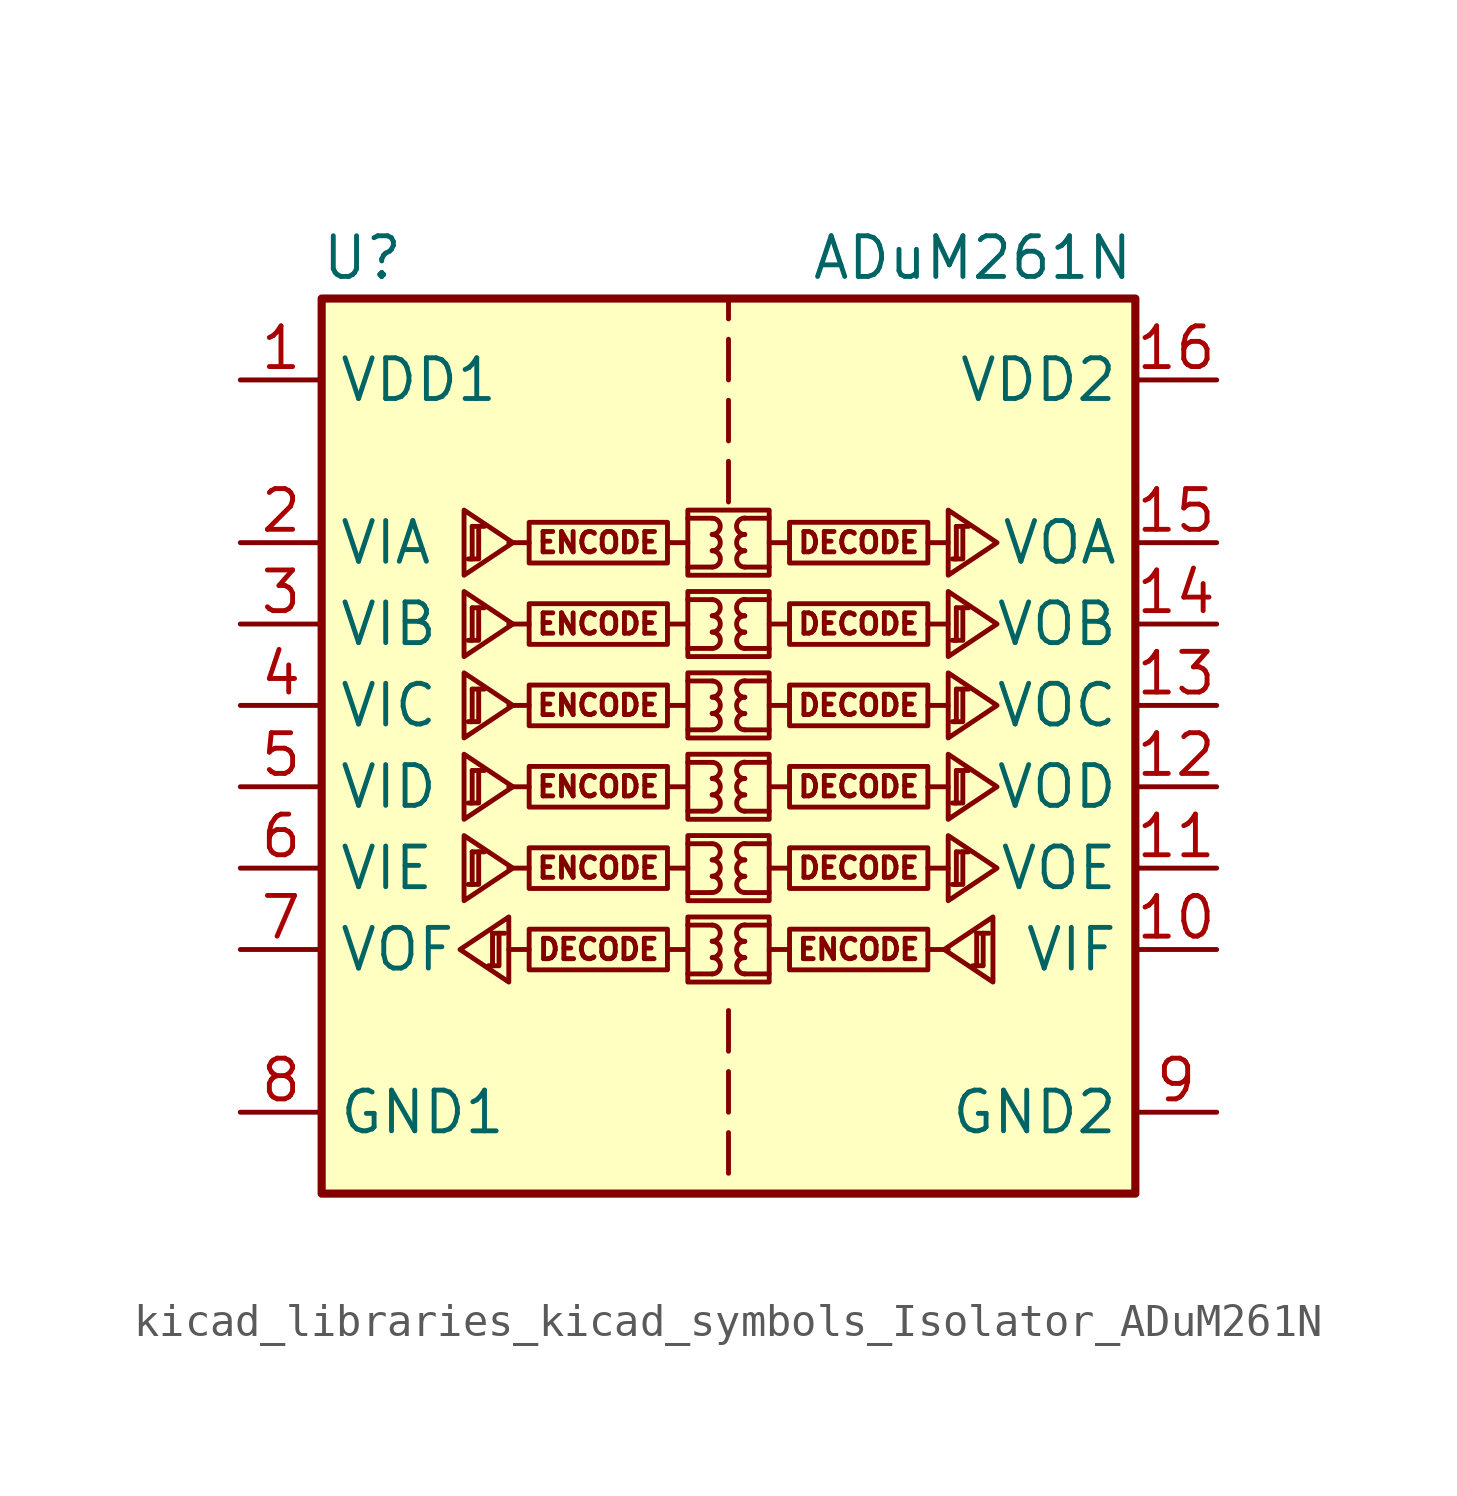
<source format=kicad_sym>
(kicad_symbol_lib
  (version 20220914)
  (generator kicad_symbol_editor)
  (symbol "kicad_libraries_kicad_symbols_Isolator_ADuM261N"
    (property "Reference" "U"
      (at -11.43 16.51 0)
      (effects (font (size 1.27 1.27))))
    (property "Value" "ADuM261N"
      (at 7.62 16.51 0)
      (effects (font (size 1.27 1.27))))
    (symbol "kicad_libraries_kicad_symbols_Isolator_ADuM261N_1_0"
      (rectangle (start -1.27 -4.064) (end 1.27 -6.096) (stroke (width 0) (type default)) (fill (type none)))
      (rectangle (start -1.27 -1.524) (end 1.27 -3.556) (stroke (width 0) (type default)) (fill (type none)))
      (rectangle (start -1.27 1.016) (end 1.27 -1.016) (stroke (width 0) (type default)) (fill (type none)))
      (rectangle (start -1.27 3.556) (end 1.27 1.524) (stroke (width 0) (type default)) (fill (type none)))
      (rectangle (start -1.27 6.096) (end 1.27 4.064) (stroke (width 0) (type default)) (fill (type none)))
      (rectangle (start -1.27 8.636) (end 1.27 6.604) (stroke (width 0) (type default)) (fill (type none)))
      (arc (start -0.508 -5.842) (mid -0.2551 -5.588) (end -0.508 -5.334) (stroke (width 0) (type default)) (fill (type none)))
      (arc (start -0.508 -5.334) (mid -0.2551 -5.08) (end -0.508 -4.826) (stroke (width 0) (type default)) (fill (type none)))
      (arc (start -0.508 -4.826) (mid -0.2551 -4.572) (end -0.508 -4.318) (stroke (width 0) (type default)) (fill (type none)))
      (arc (start -0.508 -3.302) (mid -0.2551 -3.048) (end -0.508 -2.794) (stroke (width 0) (type default)) (fill (type none)))
      (arc (start -0.508 -2.794) (mid -0.2551 -2.54) (end -0.508 -2.286) (stroke (width 0) (type default)) (fill (type none)))
      (arc (start -0.508 -2.286) (mid -0.2551 -2.032) (end -0.508 -1.778) (stroke (width 0) (type default)) (fill (type none)))
      (arc (start -0.508 -0.762) (mid -0.2551 -0.508) (end -0.508 -0.254) (stroke (width 0) (type default)) (fill (type none)))
      (arc (start -0.508 -0.254) (mid -0.2551 0) (end -0.508 0.254) (stroke (width 0) (type default)) (fill (type none)))
      (arc (start -0.508 0.254) (mid -0.2551 0.508) (end -0.508 0.762) (stroke (width 0) (type default)) (fill (type none)))
      (arc (start -0.508 1.778) (mid -0.2551 2.032) (end -0.508 2.286) (stroke (width 0) (type default)) (fill (type none)))
      (arc (start -0.508 2.286) (mid -0.2551 2.54) (end -0.508 2.794) (stroke (width 0) (type default)) (fill (type none)))
      (arc (start -0.508 2.794) (mid -0.2551 3.048) (end -0.508 3.302) (stroke (width 0) (type default)) (fill (type none)))
      (arc (start -0.508 4.318) (mid -0.2551 4.572) (end -0.508 4.826) (stroke (width 0) (type default)) (fill (type none)))
      (arc (start -0.508 4.826) (mid -0.2551 5.08) (end -0.508 5.334) (stroke (width 0) (type default)) (fill (type none)))
      (arc (start -0.508 5.334) (mid -0.2551 5.588) (end -0.508 5.842) (stroke (width 0) (type default)) (fill (type none)))
      (arc (start -0.508 6.858) (mid -0.2551 7.112) (end -0.508 7.366) (stroke (width 0) (type default)) (fill (type none)))
      (arc (start -0.508 7.366) (mid -0.2551 7.62) (end -0.508 7.874) (stroke (width 0) (type default)) (fill (type none)))
      (arc (start -0.508 7.874) (mid -0.2551 8.128) (end -0.508 8.382) (stroke (width 0) (type default)) (fill (type none)))
      (polyline (pts (xy -6.223 -5.08) (xy -6.858 -5.08)) (stroke (width 0) (type default)) (fill (type none)))
      (polyline (pts (xy -6.223 -2.54) (xy -6.858 -2.54)) (stroke (width 0) (type default)) (fill (type none)))
      (polyline (pts (xy -6.223 0) (xy -6.858 0)) (stroke (width 0) (type default)) (fill (type none)))
      (polyline (pts (xy -6.223 2.54) (xy -6.858 2.54)) (stroke (width 0) (type default)) (fill (type none)))
      (polyline (pts (xy -6.223 5.08) (xy -6.858 5.08)) (stroke (width 0) (type default)) (fill (type none)))
      (polyline (pts (xy -6.223 7.62) (xy -6.858 7.62)) (stroke (width 0) (type default)) (fill (type none)))
      (polyline (pts (xy -1.905 -5.08) (xy -1.27 -5.08)) (stroke (width 0) (type default)) (fill (type none)))
      (polyline (pts (xy -1.905 -2.54) (xy -1.27 -2.54)) (stroke (width 0) (type default)) (fill (type none)))
      (polyline (pts (xy -1.905 0) (xy -1.27 0)) (stroke (width 0) (type default)) (fill (type none)))
      (polyline (pts (xy -1.905 2.54) (xy -1.27 2.54)) (stroke (width 0) (type default)) (fill (type none)))
      (polyline (pts (xy -1.905 5.08) (xy -1.27 5.08)) (stroke (width 0) (type default)) (fill (type none)))
      (polyline (pts (xy -1.905 7.62) (xy -1.27 7.62)) (stroke (width 0) (type default)) (fill (type none)))
      (polyline (pts (xy -1.27 -5.842) (xy -0.508 -5.842)) (stroke (width 0) (type default)) (fill (type none)))
      (polyline (pts (xy -1.27 -4.318) (xy -0.508 -4.318)) (stroke (width 0) (type default)) (fill (type none)))
      (polyline (pts (xy -1.27 -3.302) (xy -0.508 -3.302)) (stroke (width 0) (type default)) (fill (type none)))
      (polyline (pts (xy -1.27 -1.778) (xy -0.508 -1.778)) (stroke (width 0) (type default)) (fill (type none)))
      (polyline (pts (xy -1.27 -0.762) (xy -0.508 -0.762)) (stroke (width 0) (type default)) (fill (type none)))
      (polyline (pts (xy -1.27 0.762) (xy -0.508 0.762)) (stroke (width 0) (type default)) (fill (type none)))
      (polyline (pts (xy -1.27 1.778) (xy -0.508 1.778)) (stroke (width 0) (type default)) (fill (type none)))
      (polyline (pts (xy -1.27 3.302) (xy -0.508 3.302)) (stroke (width 0) (type default)) (fill (type none)))
      (polyline (pts (xy -1.27 4.318) (xy -0.508 4.318)) (stroke (width 0) (type default)) (fill (type none)))
      (polyline (pts (xy -1.27 5.842) (xy -0.508 5.842)) (stroke (width 0) (type default)) (fill (type none)))
      (polyline (pts (xy -1.27 6.858) (xy -0.508 6.858)) (stroke (width 0) (type default)) (fill (type none)))
      (polyline (pts (xy -1.27 8.382) (xy -0.508 8.382)) (stroke (width 0) (type default)) (fill (type none)))
      (polyline (pts (xy 0 -10.795) (xy 0 -12.065)) (stroke (width 0) (type default)) (fill (type none)))
      (polyline (pts (xy 0 -8.89) (xy 0 -10.16)) (stroke (width 0) (type default)) (fill (type none)))
      (polyline (pts (xy 0 -6.985) (xy 0 -8.255)) (stroke (width 0) (type default)) (fill (type none)))
      (polyline (pts (xy 0 8.89) (xy 0 10.16)) (stroke (width 0) (type default)) (fill (type none)))
      (polyline (pts (xy 0 12.065) (xy 0 10.795)) (stroke (width 0) (type default)) (fill (type none)))
      (polyline (pts (xy 0 13.97) (xy 0 12.7)) (stroke (width 0) (type default)) (fill (type none)))
      (polyline (pts (xy 0 14.605) (xy 0 15.24)) (stroke (width 0) (type default)) (fill (type none)))
      (polyline (pts (xy 1.27 -5.842) (xy 0.508 -5.842)) (stroke (width 0) (type default)) (fill (type none)))
      (polyline (pts (xy 1.27 -4.318) (xy 0.508 -4.318)) (stroke (width 0) (type default)) (fill (type none)))
      (polyline (pts (xy 1.27 -3.302) (xy 0.508 -3.302)) (stroke (width 0) (type default)) (fill (type none)))
      (polyline (pts (xy 1.27 -1.778) (xy 0.508 -1.778)) (stroke (width 0) (type default)) (fill (type none)))
      (polyline (pts (xy 1.27 -0.762) (xy 0.508 -0.762)) (stroke (width 0) (type default)) (fill (type none)))
      (polyline (pts (xy 1.27 0.762) (xy 0.508 0.762)) (stroke (width 0) (type default)) (fill (type none)))
      (polyline (pts (xy 1.27 1.778) (xy 0.508 1.778)) (stroke (width 0) (type default)) (fill (type none)))
      (polyline (pts (xy 1.27 3.302) (xy 0.508 3.302)) (stroke (width 0) (type default)) (fill (type none)))
      (polyline (pts (xy 1.27 4.318) (xy 0.508 4.318)) (stroke (width 0) (type default)) (fill (type none)))
      (polyline (pts (xy 1.27 5.842) (xy 0.508 5.842)) (stroke (width 0) (type default)) (fill (type none)))
      (polyline (pts (xy 1.27 6.858) (xy 0.508 6.858)) (stroke (width 0) (type default)) (fill (type none)))
      (polyline (pts (xy 1.27 8.382) (xy 0.508 8.382)) (stroke (width 0) (type default)) (fill (type none)))
      (polyline (pts (xy 1.905 -5.08) (xy 1.27 -5.08)) (stroke (width 0) (type default)) (fill (type none)))
      (polyline (pts (xy 1.905 -2.54) (xy 1.27 -2.54)) (stroke (width 0) (type default)) (fill (type none)))
      (polyline (pts (xy 1.905 0) (xy 1.27 0)) (stroke (width 0) (type default)) (fill (type none)))
      (polyline (pts (xy 1.905 2.54) (xy 1.27 2.54)) (stroke (width 0) (type default)) (fill (type none)))
      (polyline (pts (xy 1.905 5.08) (xy 1.27 5.08)) (stroke (width 0) (type default)) (fill (type none)))
      (polyline (pts (xy 1.905 7.62) (xy 1.27 7.62)) (stroke (width 0) (type default)) (fill (type none)))
      (polyline (pts (xy 6.223 -5.08) (xy 6.858 -5.08)) (stroke (width 0) (type default)) (fill (type none)))
      (polyline (pts (xy 6.223 -2.54) (xy 6.858 -2.54)) (stroke (width 0) (type default)) (fill (type none)))
      (polyline (pts (xy 6.223 0) (xy 6.858 0)) (stroke (width 0) (type default)) (fill (type none)))
      (polyline (pts (xy 6.223 2.54) (xy 6.858 2.54)) (stroke (width 0) (type default)) (fill (type none)))
      (polyline (pts (xy 6.223 5.08) (xy 6.858 5.08)) (stroke (width 0) (type default)) (fill (type none)))
      (polyline (pts (xy 6.223 7.62) (xy 6.858 7.62)) (stroke (width 0) (type default)) (fill (type none)))
      (arc (start 0.508 -5.334) (mid 0.2551 -5.588) (end 0.508 -5.842) (stroke (width 0) (type default)) (fill (type none)))
      (arc (start 0.508 -4.826) (mid 0.2551 -5.08) (end 0.508 -5.334) (stroke (width 0) (type default)) (fill (type none)))
      (arc (start 0.508 -4.318) (mid 0.2551 -4.572) (end 0.508 -4.826) (stroke (width 0) (type default)) (fill (type none)))
      (arc (start 0.508 -2.794) (mid 0.2551 -3.048) (end 0.508 -3.302) (stroke (width 0) (type default)) (fill (type none)))
      (arc (start 0.508 -2.286) (mid 0.2551 -2.54) (end 0.508 -2.794) (stroke (width 0) (type default)) (fill (type none)))
      (arc (start 0.508 -1.778) (mid 0.2551 -2.032) (end 0.508 -2.286) (stroke (width 0) (type default)) (fill (type none)))
      (arc (start 0.508 -0.254) (mid 0.2551 -0.508) (end 0.508 -0.762) (stroke (width 0) (type default)) (fill (type none)))
      (arc (start 0.508 0.254) (mid 0.2551 0) (end 0.508 -0.254) (stroke (width 0) (type default)) (fill (type none)))
      (arc (start 0.508 0.762) (mid 0.2551 0.508) (end 0.508 0.254) (stroke (width 0) (type default)) (fill (type none)))
      (arc (start 0.508 2.286) (mid 0.2551 2.032) (end 0.508 1.778) (stroke (width 0) (type default)) (fill (type none)))
      (arc (start 0.508 2.794) (mid 0.2551 2.54) (end 0.508 2.286) (stroke (width 0) (type default)) (fill (type none)))
      (arc (start 0.508 3.302) (mid 0.2551 3.048) (end 0.508 2.794) (stroke (width 0) (type default)) (fill (type none)))
      (arc (start 0.508 4.826) (mid 0.2551 4.572) (end 0.508 4.318) (stroke (width 0) (type default)) (fill (type none)))
      (arc (start 0.508 5.334) (mid 0.2551 5.08) (end 0.508 4.826) (stroke (width 0) (type default)) (fill (type none)))
      (arc (start 0.508 5.842) (mid 0.2551 5.588) (end 0.508 5.334) (stroke (width 0) (type default)) (fill (type none)))
      (arc (start 0.508 7.366) (mid 0.2551 7.112) (end 0.508 6.858) (stroke (width 0) (type default)) (fill (type none)))
      (arc (start 0.508 7.874) (mid 0.2551 7.62) (end 0.508 7.366) (stroke (width 0) (type default)) (fill (type none)))
      (arc (start 0.508 8.382) (mid 0.2551 8.128) (end 0.508 7.874) (stroke (width 0) (type default)) (fill (type none)))
      (rectangle (start 1.905 -4.445) (end 6.223 -5.715) (stroke (width 0) (type default)) (fill (type none)))
      (rectangle (start 1.905 -1.905) (end 6.223 -3.175) (stroke (width 0) (type default)) (fill (type none)))
      (rectangle (start 1.905 0.635) (end 6.223 -0.635) (stroke (width 0) (type default)) (fill (type none)))
      (rectangle (start 1.905 3.175) (end 6.223 1.905) (stroke (width 0) (type default)) (fill (type none)))
      (rectangle (start 1.905 5.715) (end 6.223 4.445) (stroke (width 0) (type default)) (fill (type none)))
      (rectangle (start 1.905 8.255) (end 6.223 6.985) (stroke (width 0) (type default)) (fill (type none)))
      (text "DECODE" (at -4.064 -5.08 0) (effects (font (size 0.635 0.635))))
      (text "DECODE" (at 4.064 -2.54 0) (effects (font (size 0.635 0.635))))
      (text "DECODE" (at 4.064 0 0) (effects (font (size 0.635 0.635))))
      (text "DECODE" (at 4.064 2.54 0) (effects (font (size 0.635 0.635))))
      (text "DECODE" (at 4.064 5.08 0) (effects (font (size 0.635 0.635))))
      (text "DECODE" (at 4.064 7.62 0) (effects (font (size 0.635 0.635))))
      (text "ENCODE" (at -4.064 -2.54 0) (effects (font (size 0.635 0.635))))
      (text "ENCODE" (at -4.064 0 0) (effects (font (size 0.635 0.635))))
      (text "ENCODE" (at -4.064 2.54 0) (effects (font (size 0.635 0.635))))
      (text "ENCODE" (at -4.064 5.08 0) (effects (font (size 0.635 0.635))))
      (text "ENCODE" (at -4.064 7.62 0) (effects (font (size 0.635 0.635))))
      (text "ENCODE" (at 4.064 -5.08 0) (effects (font (size 0.635 0.635)))))
    (symbol "kicad_libraries_kicad_symbols_Isolator_ADuM261N_1_1"
      (rectangle (start -12.7 15.24) (end 12.7 -12.7) (stroke (width 0.254) (type default)) (fill (type background)))
      (rectangle (start -1.905 -4.445) (end -6.223 -5.715) (stroke (width 0) (type default)) (fill (type none)))
      (rectangle (start -1.905 -1.905) (end -6.223 -3.175) (stroke (width 0) (type default)) (fill (type none)))
      (rectangle (start -1.905 0.635) (end -6.223 -0.635) (stroke (width 0) (type default)) (fill (type none)))
      (rectangle (start -1.905 3.175) (end -6.223 1.905) (stroke (width 0) (type default)) (fill (type none)))
      (rectangle (start -1.905 5.715) (end -6.223 4.445) (stroke (width 0) (type default)) (fill (type none)))
      (rectangle (start -1.905 8.255) (end -6.223 6.985) (stroke (width 0) (type default)) (fill (type none)))
      (polyline (pts (xy -8.001 -2.032) (xy -7.62 -2.032)) (stroke (width 0) (type default)) (fill (type none)))
      (polyline (pts (xy -8.001 0.508) (xy -7.62 0.508)) (stroke (width 0) (type default)) (fill (type none)))
      (polyline (pts (xy -8.001 3.048) (xy -7.62 3.048)) (stroke (width 0) (type default)) (fill (type none)))
      (polyline (pts (xy -8.001 5.588) (xy -7.62 5.588)) (stroke (width 0) (type default)) (fill (type none)))
      (polyline (pts (xy -8.001 8.128) (xy -7.62 8.128)) (stroke (width 0) (type default)) (fill (type none)))
      (polyline (pts (xy -7.366 -4.572) (xy -6.985 -4.572)) (stroke (width 0) (type default)) (fill (type none)))
      (polyline (pts (xy 7.112 -2.032) (xy 7.493 -2.032)) (stroke (width 0) (type default)) (fill (type none)))
      (polyline (pts (xy 7.112 0.508) (xy 7.493 0.508)) (stroke (width 0) (type default)) (fill (type none)))
      (polyline (pts (xy 7.112 3.048) (xy 7.493 3.048)) (stroke (width 0) (type default)) (fill (type none)))
      (polyline (pts (xy 7.112 5.588) (xy 7.493 5.588)) (stroke (width 0) (type default)) (fill (type none)))
      (polyline (pts (xy 7.112 8.128) (xy 7.493 8.128)) (stroke (width 0) (type default)) (fill (type none)))
      (polyline (pts (xy 7.747 -4.572) (xy 8.128 -4.572)) (stroke (width 0) (type default)) (fill (type none)))
      (polyline (pts (xy -8.052 -3.048) (xy -7.798 -3.048) (xy -7.798 -2.032)) (stroke (width 0) (type default)) (fill (type none)))
      (polyline (pts (xy -8.052 -0.508) (xy -7.798 -0.508) (xy -7.798 0.508)) (stroke (width 0) (type default)) (fill (type none)))
      (polyline (pts (xy -8.052 2.032) (xy -7.798 2.032) (xy -7.798 3.048)) (stroke (width 0) (type default)) (fill (type none)))
      (polyline (pts (xy -8.052 4.572) (xy -7.798 4.572) (xy -7.798 5.588)) (stroke (width 0) (type default)) (fill (type none)))
      (polyline (pts (xy -8.052 7.112) (xy -7.798 7.112) (xy -7.798 8.128)) (stroke (width 0) (type default)) (fill (type none)))
      (polyline (pts (xy -8.001 -2.032) (xy -8.001 -3.048) (xy -8.128 -3.048)) (stroke (width 0) (type default)) (fill (type none)))
      (polyline (pts (xy -8.001 0.508) (xy -8.001 -0.508) (xy -8.128 -0.508)) (stroke (width 0) (type default)) (fill (type none)))
      (polyline (pts (xy -8.001 3.048) (xy -8.001 2.032) (xy -8.128 2.032)) (stroke (width 0) (type default)) (fill (type none)))
      (polyline (pts (xy -8.001 5.588) (xy -8.001 4.572) (xy -8.128 4.572)) (stroke (width 0) (type default)) (fill (type none)))
      (polyline (pts (xy -8.001 8.128) (xy -8.001 7.112) (xy -8.128 7.112)) (stroke (width 0) (type default)) (fill (type none)))
      (polyline (pts (xy -7.417 -5.588) (xy -7.163 -5.588) (xy -7.163 -4.572)) (stroke (width 0) (type default)) (fill (type none)))
      (polyline (pts (xy -7.366 -4.572) (xy -7.366 -5.588) (xy -7.493 -5.588)) (stroke (width 0) (type default)) (fill (type none)))
      (polyline (pts (xy 7.061 -3.048) (xy 7.315 -3.048) (xy 7.315 -2.032)) (stroke (width 0) (type default)) (fill (type none)))
      (polyline (pts (xy 7.061 -0.508) (xy 7.315 -0.508) (xy 7.315 0.508)) (stroke (width 0) (type default)) (fill (type none)))
      (polyline (pts (xy 7.061 2.032) (xy 7.315 2.032) (xy 7.315 3.048)) (stroke (width 0) (type default)) (fill (type none)))
      (polyline (pts (xy 7.061 4.572) (xy 7.315 4.572) (xy 7.315 5.588)) (stroke (width 0) (type default)) (fill (type none)))
      (polyline (pts (xy 7.061 7.112) (xy 7.315 7.112) (xy 7.315 8.128)) (stroke (width 0) (type default)) (fill (type none)))
      (polyline (pts (xy 7.112 -2.032) (xy 7.112 -3.048) (xy 6.985 -3.048)) (stroke (width 0) (type default)) (fill (type none)))
      (polyline (pts (xy 7.112 0.508) (xy 7.112 -0.508) (xy 6.985 -0.508)) (stroke (width 0) (type default)) (fill (type none)))
      (polyline (pts (xy 7.112 3.048) (xy 7.112 2.032) (xy 6.985 2.032)) (stroke (width 0) (type default)) (fill (type none)))
      (polyline (pts (xy 7.112 5.588) (xy 7.112 4.572) (xy 6.985 4.572)) (stroke (width 0) (type default)) (fill (type none)))
      (polyline (pts (xy 7.112 8.128) (xy 7.112 7.112) (xy 6.985 7.112)) (stroke (width 0) (type default)) (fill (type none)))
      (polyline (pts (xy 7.696 -5.588) (xy 7.95 -5.588) (xy 7.95 -4.572)) (stroke (width 0) (type default)) (fill (type none)))
      (polyline (pts (xy 7.747 -4.572) (xy 7.747 -5.588) (xy 7.62 -5.588)) (stroke (width 0) (type default)) (fill (type none)))
      (polyline (pts (xy -8.382 -5.08) (xy -6.858 -4.064) (xy -6.858 -6.096) (xy -8.382 -5.08)) (stroke (width 0) (type default)) (fill (type none)))
      (polyline (pts (xy -6.731 -2.54) (xy -8.255 -1.524) (xy -8.255 -3.556) (xy -6.731 -2.54)) (stroke (width 0) (type default)) (fill (type none)))
      (polyline (pts (xy -6.731 0) (xy -8.255 1.016) (xy -8.255 -1.016) (xy -6.731 0)) (stroke (width 0) (type default)) (fill (type none)))
      (polyline (pts (xy -6.731 2.54) (xy -8.255 3.556) (xy -8.255 1.524) (xy -6.731 2.54)) (stroke (width 0) (type default)) (fill (type none)))
      (polyline (pts (xy -6.731 5.08) (xy -8.255 6.096) (xy -8.255 4.064) (xy -6.731 5.08)) (stroke (width 0) (type default)) (fill (type none)))
      (polyline (pts (xy -6.731 7.62) (xy -8.255 8.636) (xy -8.255 6.604) (xy -6.731 7.62)) (stroke (width 0) (type default)) (fill (type none)))
      (polyline (pts (xy 6.731 -5.08) (xy 8.255 -4.064) (xy 8.255 -6.096) (xy 6.731 -5.08)) (stroke (width 0) (type default)) (fill (type none)))
      (polyline (pts (xy 8.382 -2.54) (xy 6.858 -1.524) (xy 6.858 -3.556) (xy 8.382 -2.54)) (stroke (width 0) (type default)) (fill (type none)))
      (polyline (pts (xy 8.382 0) (xy 6.858 1.016) (xy 6.858 -1.016) (xy 8.382 0)) (stroke (width 0) (type default)) (fill (type none)))
      (polyline (pts (xy 8.382 2.54) (xy 6.858 3.556) (xy 6.858 1.524) (xy 8.382 2.54)) (stroke (width 0) (type default)) (fill (type none)))
      (polyline (pts (xy 8.382 5.08) (xy 6.858 6.096) (xy 6.858 4.064) (xy 8.382 5.08)) (stroke (width 0) (type default)) (fill (type none)))
      (polyline (pts (xy 8.382 7.62) (xy 6.858 8.636) (xy 6.858 6.604) (xy 8.382 7.62)) (stroke (width 0) (type default)) (fill (type none)))
      (pin power_in line (at -15.24 12.7 0) (length 2.54) (name "VDD1" (effects (font (size 1.27 1.27)))) (number "1" (effects (font (size 1.27 1.27)))))
      (pin input line (at 15.24 -5.08 180) (length 2.54) (name "VIF" (effects (font (size 1.27 1.27)))) (number "10" (effects (font (size 1.27 1.27)))))
      (pin output line (at 15.24 -2.54 180) (length 2.54) (name "VOE" (effects (font (size 1.27 1.27)))) (number "11" (effects (font (size 1.27 1.27)))))
      (pin output line (at 15.24 0 180) (length 2.54) (name "VOD" (effects (font (size 1.27 1.27)))) (number "12" (effects (font (size 1.27 1.27)))))
      (pin output line (at 15.24 2.54 180) (length 2.54) (name "VOC" (effects (font (size 1.27 1.27)))) (number "13" (effects (font (size 1.27 1.27)))))
      (pin output line (at 15.24 5.08 180) (length 2.54) (name "VOB" (effects (font (size 1.27 1.27)))) (number "14" (effects (font (size 1.27 1.27)))))
      (pin output line (at 15.24 7.62 180) (length 2.54) (name "VOA" (effects (font (size 1.27 1.27)))) (number "15" (effects (font (size 1.27 1.27)))))
      (pin power_in line (at 15.24 12.7 180) (length 2.54) (name "VDD2" (effects (font (size 1.27 1.27)))) (number "16" (effects (font (size 1.27 1.27)))))
      (pin input line (at -15.24 7.62 0) (length 2.54) (name "VIA" (effects (font (size 1.27 1.27)))) (number "2" (effects (font (size 1.27 1.27)))))
      (pin input line (at -15.24 5.08 0) (length 2.54) (name "VIB" (effects (font (size 1.27 1.27)))) (number "3" (effects (font (size 1.27 1.27)))))
      (pin input line (at -15.24 2.54 0) (length 2.54) (name "VIC" (effects (font (size 1.27 1.27)))) (number "4" (effects (font (size 1.27 1.27)))))
      (pin input line (at -15.24 0 0) (length 2.54) (name "VID" (effects (font (size 1.27 1.27)))) (number "5" (effects (font (size 1.27 1.27)))))
      (pin input line (at -15.24 -2.54 0) (length 2.54) (name "VIE" (effects (font (size 1.27 1.27)))) (number "6" (effects (font (size 1.27 1.27)))))
      (pin output line (at -15.24 -5.08 0) (length 2.54) (name "VOF" (effects (font (size 1.27 1.27)))) (number "7" (effects (font (size 1.27 1.27)))))
      (pin power_in line (at -15.24 -10.16 0) (length 2.54) (name "GND1" (effects (font (size 1.27 1.27)))) (number "8" (effects (font (size 1.27 1.27)))))
      (pin power_in line (at 15.24 -10.16 180) (length 2.54) (name "GND2" (effects (font (size 1.27 1.27)))) (number "9" (effects (font (size 1.27 1.27))))))))
</source>
